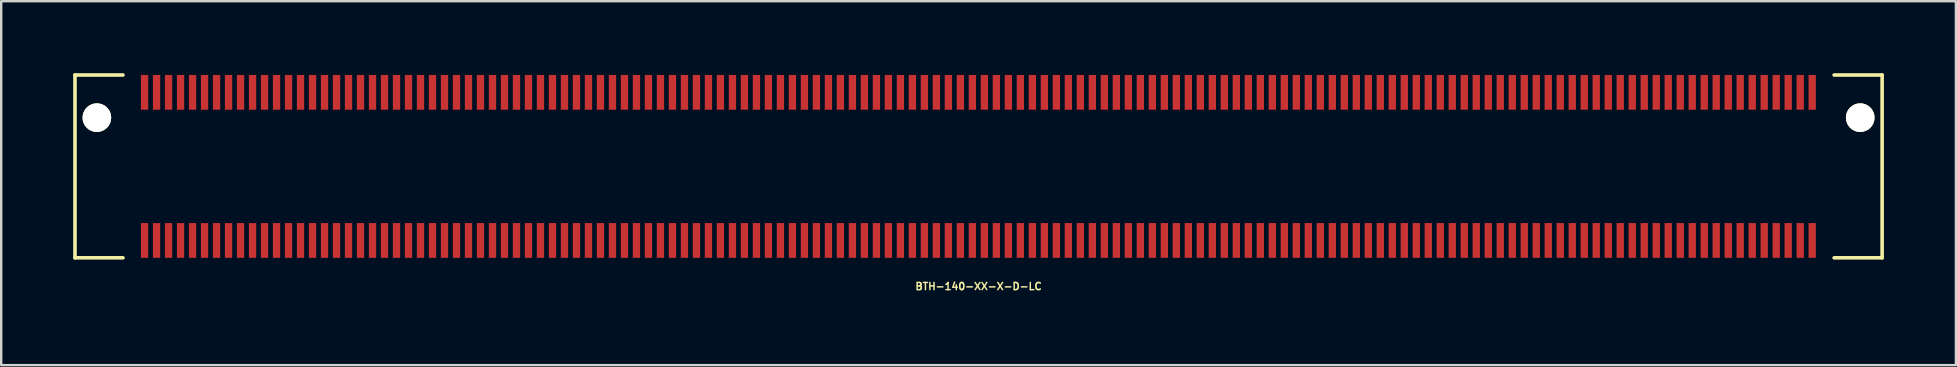
<source format=kicad_pcb>
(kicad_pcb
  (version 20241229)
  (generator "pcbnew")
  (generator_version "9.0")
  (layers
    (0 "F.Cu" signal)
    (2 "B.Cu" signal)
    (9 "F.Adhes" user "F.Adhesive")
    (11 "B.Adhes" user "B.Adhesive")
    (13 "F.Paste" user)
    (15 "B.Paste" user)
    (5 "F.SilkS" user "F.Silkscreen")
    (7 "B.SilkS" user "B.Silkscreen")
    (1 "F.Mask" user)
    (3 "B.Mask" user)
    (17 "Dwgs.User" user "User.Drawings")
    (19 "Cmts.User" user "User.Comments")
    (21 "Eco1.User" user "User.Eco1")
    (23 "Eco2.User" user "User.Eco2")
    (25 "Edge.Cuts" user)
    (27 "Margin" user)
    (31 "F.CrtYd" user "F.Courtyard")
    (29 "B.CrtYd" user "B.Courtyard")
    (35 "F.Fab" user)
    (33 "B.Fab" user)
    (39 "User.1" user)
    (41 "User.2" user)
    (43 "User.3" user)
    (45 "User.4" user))
  (footprint "BTH-140-XX-X-D-LC"
    (layer "F.Cu")
    (at 37.732 3.885)
    (property "Reference" "BTH-140-XX-X-D-LC" (at 0 5 0) (layer "F.SilkS") (effects (font (size 0.3 0.3) (thickness 0.061))))
    (attr smd)
    (fp_line (start -37.657 -3.81) (end -37.657 3.81) (stroke (width 0.15) (type solid)) (layer "F.SilkS"))
    (fp_line (start -37.657 3.81) (end -35.657 3.81) (stroke (width 0.15) (type solid)) (layer "F.SilkS"))
    (fp_line (start -35.657 -3.81) (end -37.657 -3.81) (stroke (width 0.15) (type solid)) (layer "F.SilkS"))
    (fp_line (start 35.657 -3.81) (end 37.657 -3.81) (stroke (width 0.15) (type solid)) (layer "F.SilkS"))
    (fp_line (start 37.657 -3.81) (end 37.657 3.81) (stroke (width 0.15) (type solid)) (layer "F.SilkS"))
    (fp_line (start 37.657 3.81) (end 35.657 3.81) (stroke (width 0.15) (type solid)) (layer "F.SilkS"))
    (pad "" np_thru_hole circle (at -36.745 -2.032) (size 1.194 1.194) (drill 1.194) (layers "*.Cu" "*.Mask" "F.SilkS"))
    (pad "" np_thru_hole circle (at 36.744 -2.032) (size 1.194 1.194) (drill 1.194) (layers "*.Cu" "*.Mask" "F.SilkS"))
    (pad "1" smd rect (at -34.757 -3.086) (size 0.305 1.448) (layers "F.Cu" "F.Mask" "F.Paste"))
    (pad "2" smd rect (at -34.757 3.086) (size 0.305 1.448) (layers "F.Cu" "F.Mask" "F.Paste"))
    (pad "3" smd rect (at -34.257 -3.086) (size 0.305 1.448) (layers "F.Cu" "F.Mask" "F.Paste"))
    (pad "4" smd rect (at -34.257 3.086) (size 0.305 1.448) (layers "F.Cu" "F.Mask" "F.Paste"))
    (pad "5" smd rect (at -33.757 -3.086) (size 0.305 1.448) (layers "F.Cu" "F.Mask" "F.Paste"))
    (pad "6" smd rect (at -33.757 3.086) (size 0.305 1.448) (layers "F.Cu" "F.Mask" "F.Paste"))
    (pad "7" smd rect (at -33.257 -3.086) (size 0.305 1.448) (layers "F.Cu" "F.Mask" "F.Paste"))
    (pad "8" smd rect (at -33.257 3.086) (size 0.305 1.448) (layers "F.Cu" "F.Mask" "F.Paste"))
    (pad "9" smd rect (at -32.757 -3.086) (size 0.305 1.448) (layers "F.Cu" "F.Mask" "F.Paste"))
    (pad "10" smd rect (at -32.757 3.086) (size 0.305 1.448) (layers "F.Cu" "F.Mask" "F.Paste"))
    (pad "11" smd rect (at -32.257 -3.086) (size 0.305 1.448) (layers "F.Cu" "F.Mask" "F.Paste"))
    (pad "12" smd rect (at -32.257 3.086) (size 0.305 1.448) (layers "F.Cu" "F.Mask" "F.Paste"))
    (pad "13" smd rect (at -31.757 -3.086) (size 0.305 1.448) (layers "F.Cu" "F.Mask" "F.Paste"))
    (pad "14" smd rect (at -31.757 3.086) (size 0.305 1.448) (layers "F.Cu" "F.Mask" "F.Paste"))
    (pad "15" smd rect (at -31.257 -3.086) (size 0.305 1.448) (layers "F.Cu" "F.Mask" "F.Paste"))
    (pad "16" smd rect (at -31.257 3.086) (size 0.305 1.448) (layers "F.Cu" "F.Mask" "F.Paste"))
    (pad "17" smd rect (at -30.757 -3.086) (size 0.305 1.448) (layers "F.Cu" "F.Mask" "F.Paste"))
    (pad "18" smd rect (at -30.757 3.086) (size 0.305 1.448) (layers "F.Cu" "F.Mask" "F.Paste"))
    (pad "19" smd rect (at -30.257 -3.086) (size 0.305 1.448) (layers "F.Cu" "F.Mask" "F.Paste"))
    (pad "20" smd rect (at -30.257 3.086) (size 0.305 1.448) (layers "F.Cu" "F.Mask" "F.Paste"))
    (pad "21" smd rect (at -29.757 -3.086) (size 0.305 1.448) (layers "F.Cu" "F.Mask" "F.Paste"))
    (pad "22" smd rect (at -29.757 3.086) (size 0.305 1.448) (layers "F.Cu" "F.Mask" "F.Paste"))
    (pad "23" smd rect (at -29.257 -3.086) (size 0.305 1.448) (layers "F.Cu" "F.Mask" "F.Paste"))
    (pad "24" smd rect (at -29.257 3.086) (size 0.305 1.448) (layers "F.Cu" "F.Mask" "F.Paste"))
    (pad "25" smd rect (at -28.757 -3.086) (size 0.305 1.448) (layers "F.Cu" "F.Mask" "F.Paste"))
    (pad "26" smd rect (at -28.757 3.086) (size 0.305 1.448) (layers "F.Cu" "F.Mask" "F.Paste"))
    (pad "27" smd rect (at -28.257 -3.086) (size 0.305 1.448) (layers "F.Cu" "F.Mask" "F.Paste"))
    (pad "28" smd rect (at -28.257 3.086) (size 0.305 1.448) (layers "F.Cu" "F.Mask" "F.Paste"))
    (pad "29" smd rect (at -27.757 -3.086) (size 0.305 1.448) (layers "F.Cu" "F.Mask" "F.Paste"))
    (pad "30" smd rect (at -27.757 3.086) (size 0.305 1.448) (layers "F.Cu" "F.Mask" "F.Paste"))
    (pad "31" smd rect (at -27.257 -3.086) (size 0.305 1.448) (layers "F.Cu" "F.Mask" "F.Paste"))
    (pad "32" smd rect (at -27.257 3.086) (size 0.305 1.448) (layers "F.Cu" "F.Mask" "F.Paste"))
    (pad "33" smd rect (at -26.757 -3.086) (size 0.305 1.448) (layers "F.Cu" "F.Mask" "F.Paste"))
    (pad "34" smd rect (at -26.757 3.086) (size 0.305 1.448) (layers "F.Cu" "F.Mask" "F.Paste"))
    (pad "35" smd rect (at -26.257 -3.086) (size 0.305 1.448) (layers "F.Cu" "F.Mask" "F.Paste"))
    (pad "36" smd rect (at -26.257 3.086) (size 0.305 1.448) (layers "F.Cu" "F.Mask" "F.Paste"))
    (pad "37" smd rect (at -25.757 -3.086) (size 0.305 1.448) (layers "F.Cu" "F.Mask" "F.Paste"))
    (pad "38" smd rect (at -25.757 3.086) (size 0.305 1.448) (layers "F.Cu" "F.Mask" "F.Paste"))
    (pad "39" smd rect (at -25.257 -3.086) (size 0.305 1.448) (layers "F.Cu" "F.Mask" "F.Paste"))
    (pad "40" smd rect (at -25.257 3.086) (size 0.305 1.448) (layers "F.Cu" "F.Mask" "F.Paste"))
    (pad "41" smd rect (at -24.757 -3.086) (size 0.305 1.448) (layers "F.Cu" "F.Mask" "F.Paste"))
    (pad "42" smd rect (at -24.757 3.086) (size 0.305 1.448) (layers "F.Cu" "F.Mask" "F.Paste"))
    (pad "43" smd rect (at -24.257 -3.086) (size 0.305 1.448) (layers "F.Cu" "F.Mask" "F.Paste"))
    (pad "44" smd rect (at -24.257 3.086) (size 0.305 1.448) (layers "F.Cu" "F.Mask" "F.Paste"))
    (pad "45" smd rect (at -23.757 -3.086) (size 0.305 1.448) (layers "F.Cu" "F.Mask" "F.Paste"))
    (pad "46" smd rect (at -23.757 3.086) (size 0.305 1.448) (layers "F.Cu" "F.Mask" "F.Paste"))
    (pad "47" smd rect (at -23.257 -3.086) (size 0.305 1.448) (layers "F.Cu" "F.Mask" "F.Paste"))
    (pad "48" smd rect (at -23.257 3.086) (size 0.305 1.448) (layers "F.Cu" "F.Mask" "F.Paste"))
    (pad "49" smd rect (at -22.757 -3.086) (size 0.305 1.448) (layers "F.Cu" "F.Mask" "F.Paste"))
    (pad "50" smd rect (at -22.757 3.086) (size 0.305 1.448) (layers "F.Cu" "F.Mask" "F.Paste"))
    (pad "51" smd rect (at -22.257 -3.086) (size 0.305 1.448) (layers "F.Cu" "F.Mask" "F.Paste"))
    (pad "52" smd rect (at -22.257 3.086) (size 0.305 1.448) (layers "F.Cu" "F.Mask" "F.Paste"))
    (pad "53" smd rect (at -21.757 -3.086) (size 0.305 1.448) (layers "F.Cu" "F.Mask" "F.Paste"))
    (pad "54" smd rect (at -21.757 3.086) (size 0.305 1.448) (layers "F.Cu" "F.Mask" "F.Paste"))
    (pad "55" smd rect (at -21.257 -3.086) (size 0.305 1.448) (layers "F.Cu" "F.Mask" "F.Paste"))
    (pad "56" smd rect (at -21.257 3.086) (size 0.305 1.448) (layers "F.Cu" "F.Mask" "F.Paste"))
    (pad "57" smd rect (at -20.757 -3.086) (size 0.305 1.448) (layers "F.Cu" "F.Mask" "F.Paste"))
    (pad "58" smd rect (at -20.757 3.086) (size 0.305 1.448) (layers "F.Cu" "F.Mask" "F.Paste"))
    (pad "59" smd rect (at -20.257 -3.086) (size 0.305 1.448) (layers "F.Cu" "F.Mask" "F.Paste"))
    (pad "60" smd rect (at -20.257 3.086) (size 0.305 1.448) (layers "F.Cu" "F.Mask" "F.Paste"))
    (pad "61" smd rect (at -19.757 -3.086) (size 0.305 1.448) (layers "F.Cu" "F.Mask" "F.Paste"))
    (pad "62" smd rect (at -19.757 3.086) (size 0.305 1.448) (layers "F.Cu" "F.Mask" "F.Paste"))
    (pad "63" smd rect (at -19.257 -3.086) (size 0.305 1.448) (layers "F.Cu" "F.Mask" "F.Paste"))
    (pad "64" smd rect (at -19.257 3.086) (size 0.305 1.448) (layers "F.Cu" "F.Mask" "F.Paste"))
    (pad "65" smd rect (at -18.757 -3.086) (size 0.305 1.448) (layers "F.Cu" "F.Mask" "F.Paste"))
    (pad "66" smd rect (at -18.757 3.086) (size 0.305 1.448) (layers "F.Cu" "F.Mask" "F.Paste"))
    (pad "67" smd rect (at -18.257 -3.086) (size 0.305 1.448) (layers "F.Cu" "F.Mask" "F.Paste"))
    (pad "68" smd rect (at -18.257 3.086) (size 0.305 1.448) (layers "F.Cu" "F.Mask" "F.Paste"))
    (pad "69" smd rect (at -17.757 -3.086) (size 0.305 1.448) (layers "F.Cu" "F.Mask" "F.Paste"))
    (pad "70" smd rect (at -17.757 3.086) (size 0.305 1.448) (layers "F.Cu" "F.Mask" "F.Paste"))
    (pad "71" smd rect (at -17.257 -3.086) (size 0.305 1.448) (layers "F.Cu" "F.Mask" "F.Paste"))
    (pad "72" smd rect (at -17.257 3.086) (size 0.305 1.448) (layers "F.Cu" "F.Mask" "F.Paste"))
    (pad "73" smd rect (at -16.757 -3.086) (size 0.305 1.448) (layers "F.Cu" "F.Mask" "F.Paste"))
    (pad "74" smd rect (at -16.757 3.086) (size 0.305 1.448) (layers "F.Cu" "F.Mask" "F.Paste"))
    (pad "75" smd rect (at -16.257 -3.086) (size 0.305 1.448) (layers "F.Cu" "F.Mask" "F.Paste"))
    (pad "76" smd rect (at -16.257 3.086) (size 0.305 1.448) (layers "F.Cu" "F.Mask" "F.Paste"))
    (pad "77" smd rect (at -15.757 -3.086) (size 0.305 1.448) (layers "F.Cu" "F.Mask" "F.Paste"))
    (pad "78" smd rect (at -15.757 3.086) (size 0.305 1.448) (layers "F.Cu" "F.Mask" "F.Paste"))
    (pad "79" smd rect (at -15.257 -3.086) (size 0.305 1.448) (layers "F.Cu" "F.Mask" "F.Paste"))
    (pad "80" smd rect (at -15.257 3.086) (size 0.305 1.448) (layers "F.Cu" "F.Mask" "F.Paste"))
    (pad "81" smd rect (at -14.757 -3.086) (size 0.305 1.448) (layers "F.Cu" "F.Mask" "F.Paste"))
    (pad "82" smd rect (at -14.757 3.086) (size 0.305 1.448) (layers "F.Cu" "F.Mask" "F.Paste"))
    (pad "83" smd rect (at -14.257 -3.086) (size 0.305 1.448) (layers "F.Cu" "F.Mask" "F.Paste"))
    (pad "84" smd rect (at -14.257 3.086) (size 0.305 1.448) (layers "F.Cu" "F.Mask" "F.Paste"))
    (pad "85" smd rect (at -13.757 -3.086) (size 0.305 1.448) (layers "F.Cu" "F.Mask" "F.Paste"))
    (pad "86" smd rect (at -13.757 3.086) (size 0.305 1.448) (layers "F.Cu" "F.Mask" "F.Paste"))
    (pad "87" smd rect (at -13.257 -3.086) (size 0.305 1.448) (layers "F.Cu" "F.Mask" "F.Paste"))
    (pad "88" smd rect (at -13.257 3.086) (size 0.305 1.448) (layers "F.Cu" "F.Mask" "F.Paste"))
    (pad "89" smd rect (at -12.757 -3.086) (size 0.305 1.448) (layers "F.Cu" "F.Mask" "F.Paste"))
    (pad "90" smd rect (at -12.757 3.086) (size 0.305 1.448) (layers "F.Cu" "F.Mask" "F.Paste"))
    (pad "91" smd rect (at -12.257 -3.086) (size 0.305 1.448) (layers "F.Cu" "F.Mask" "F.Paste"))
    (pad "92" smd rect (at -12.257 3.086) (size 0.305 1.448) (layers "F.Cu" "F.Mask" "F.Paste"))
    (pad "93" smd rect (at -11.757 -3.086) (size 0.305 1.448) (layers "F.Cu" "F.Mask" "F.Paste"))
    (pad "94" smd rect (at -11.757 3.086) (size 0.305 1.448) (layers "F.Cu" "F.Mask" "F.Paste"))
    (pad "95" smd rect (at -11.257 -3.086) (size 0.305 1.448) (layers "F.Cu" "F.Mask" "F.Paste"))
    (pad "96" smd rect (at -11.257 3.086) (size 0.305 1.448) (layers "F.Cu" "F.Mask" "F.Paste"))
    (pad "97" smd rect (at -10.757 -3.086) (size 0.305 1.448) (layers "F.Cu" "F.Mask" "F.Paste"))
    (pad "98" smd rect (at -10.757 3.086) (size 0.305 1.448) (layers "F.Cu" "F.Mask" "F.Paste"))
    (pad "99" smd rect (at -10.257 -3.086) (size 0.305 1.448) (layers "F.Cu" "F.Mask" "F.Paste"))
    (pad "100" smd rect (at -10.257 3.086) (size 0.305 1.448) (layers "F.Cu" "F.Mask" "F.Paste"))
    (pad "101" smd rect (at -9.757 -3.086) (size 0.305 1.448) (layers "F.Cu" "F.Mask" "F.Paste"))
    (pad "102" smd rect (at -9.757 3.086) (size 0.305 1.448) (layers "F.Cu" "F.Mask" "F.Paste"))
    (pad "103" smd rect (at -9.257 -3.086) (size 0.305 1.448) (layers "F.Cu" "F.Mask" "F.Paste"))
    (pad "104" smd rect (at -9.257 3.086) (size 0.305 1.448) (layers "F.Cu" "F.Mask" "F.Paste"))
    (pad "105" smd rect (at -8.757 -3.086) (size 0.305 1.448) (layers "F.Cu" "F.Mask" "F.Paste"))
    (pad "106" smd rect (at -8.757 3.086) (size 0.305 1.448) (layers "F.Cu" "F.Mask" "F.Paste"))
    (pad "107" smd rect (at -8.257 -3.086) (size 0.305 1.448) (layers "F.Cu" "F.Mask" "F.Paste"))
    (pad "108" smd rect (at -8.257 3.086) (size 0.305 1.448) (layers "F.Cu" "F.Mask" "F.Paste"))
    (pad "109" smd rect (at -7.757 -3.086) (size 0.305 1.448) (layers "F.Cu" "F.Mask" "F.Paste"))
    (pad "110" smd rect (at -7.757 3.086) (size 0.305 1.448) (layers "F.Cu" "F.Mask" "F.Paste"))
    (pad "111" smd rect (at -7.257 -3.086) (size 0.305 1.448) (layers "F.Cu" "F.Mask" "F.Paste"))
    (pad "112" smd rect (at -7.257 3.086) (size 0.305 1.448) (layers "F.Cu" "F.Mask" "F.Paste"))
    (pad "113" smd rect (at -6.757 -3.086) (size 0.305 1.448) (layers "F.Cu" "F.Mask" "F.Paste"))
    (pad "114" smd rect (at -6.757 3.086) (size 0.305 1.448) (layers "F.Cu" "F.Mask" "F.Paste"))
    (pad "115" smd rect (at -6.257 -3.086) (size 0.305 1.448) (layers "F.Cu" "F.Mask" "F.Paste"))
    (pad "116" smd rect (at -6.257 3.086) (size 0.305 1.448) (layers "F.Cu" "F.Mask" "F.Paste"))
    (pad "117" smd rect (at -5.757 -3.086) (size 0.305 1.448) (layers "F.Cu" "F.Mask" "F.Paste"))
    (pad "118" smd rect (at -5.757 3.086) (size 0.305 1.448) (layers "F.Cu" "F.Mask" "F.Paste"))
    (pad "119" smd rect (at -5.257 -3.086) (size 0.305 1.448) (layers "F.Cu" "F.Mask" "F.Paste"))
    (pad "120" smd rect (at -5.257 3.086) (size 0.305 1.448) (layers "F.Cu" "F.Mask" "F.Paste"))
    (pad "121" smd rect (at -4.757 -3.086) (size 0.305 1.448) (layers "F.Cu" "F.Mask" "F.Paste"))
    (pad "122" smd rect (at -4.757 3.086) (size 0.305 1.448) (layers "F.Cu" "F.Mask" "F.Paste"))
    (pad "123" smd rect (at -4.257 -3.086) (size 0.305 1.448) (layers "F.Cu" "F.Mask" "F.Paste"))
    (pad "124" smd rect (at -4.257 3.086) (size 0.305 1.448) (layers "F.Cu" "F.Mask" "F.Paste"))
    (pad "125" smd rect (at -3.757 -3.086) (size 0.305 1.448) (layers "F.Cu" "F.Mask" "F.Paste"))
    (pad "126" smd rect (at -3.757 3.086) (size 0.305 1.448) (layers "F.Cu" "F.Mask" "F.Paste"))
    (pad "127" smd rect (at -3.257 -3.086) (size 0.305 1.448) (layers "F.Cu" "F.Mask" "F.Paste"))
    (pad "128" smd rect (at -3.257 3.086) (size 0.305 1.448) (layers "F.Cu" "F.Mask" "F.Paste"))
    (pad "129" smd rect (at -2.757 -3.086) (size 0.305 1.448) (layers "F.Cu" "F.Mask" "F.Paste"))
    (pad "130" smd rect (at -2.757 3.086) (size 0.305 1.448) (layers "F.Cu" "F.Mask" "F.Paste"))
    (pad "131" smd rect (at -2.257 -3.086) (size 0.305 1.448) (layers "F.Cu" "F.Mask" "F.Paste"))
    (pad "132" smd rect (at -2.257 3.086) (size 0.305 1.448) (layers "F.Cu" "F.Mask" "F.Paste"))
    (pad "133" smd rect (at -1.757 -3.086) (size 0.305 1.448) (layers "F.Cu" "F.Mask" "F.Paste"))
    (pad "134" smd rect (at -1.757 3.086) (size 0.305 1.448) (layers "F.Cu" "F.Mask" "F.Paste"))
    (pad "135" smd rect (at -1.257 -3.086) (size 0.305 1.448) (layers "F.Cu" "F.Mask" "F.Paste"))
    (pad "136" smd rect (at -1.257 3.086) (size 0.305 1.448) (layers "F.Cu" "F.Mask" "F.Paste"))
    (pad "137" smd rect (at -0.757 -3.086) (size 0.305 1.448) (layers "F.Cu" "F.Mask" "F.Paste"))
    (pad "138" smd rect (at -0.757 3.086) (size 0.305 1.448) (layers "F.Cu" "F.Mask" "F.Paste"))
    (pad "139" smd rect (at -0.257 -3.086) (size 0.305 1.448) (layers "F.Cu" "F.Mask" "F.Paste"))
    (pad "140" smd rect (at -0.257 3.086) (size 0.305 1.448) (layers "F.Cu" "F.Mask" "F.Paste"))
    (pad "141" smd rect (at 0.243 -3.086) (size 0.305 1.448) (layers "F.Cu" "F.Mask" "F.Paste"))
    (pad "142" smd rect (at 0.243 3.086) (size 0.305 1.448) (layers "F.Cu" "F.Mask" "F.Paste"))
    (pad "143" smd rect (at 0.743 -3.086) (size 0.305 1.448) (layers "F.Cu" "F.Mask" "F.Paste"))
    (pad "144" smd rect (at 0.743 3.086) (size 0.305 1.448) (layers "F.Cu" "F.Mask" "F.Paste"))
    (pad "145" smd rect (at 1.243 -3.086) (size 0.305 1.448) (layers "F.Cu" "F.Mask" "F.Paste"))
    (pad "146" smd rect (at 1.243 3.086) (size 0.305 1.448) (layers "F.Cu" "F.Mask" "F.Paste"))
    (pad "147" smd rect (at 1.743 -3.086) (size 0.305 1.448) (layers "F.Cu" "F.Mask" "F.Paste"))
    (pad "148" smd rect (at 1.743 3.086) (size 0.305 1.448) (layers "F.Cu" "F.Mask" "F.Paste"))
    (pad "149" smd rect (at 2.243 -3.086) (size 0.305 1.448) (layers "F.Cu" "F.Mask" "F.Paste"))
    (pad "150" smd rect (at 2.243 3.086) (size 0.305 1.448) (layers "F.Cu" "F.Mask" "F.Paste"))
    (pad "151" smd rect (at 2.743 -3.086) (size 0.305 1.448) (layers "F.Cu" "F.Mask" "F.Paste"))
    (pad "152" smd rect (at 2.743 3.086) (size 0.305 1.448) (layers "F.Cu" "F.Mask" "F.Paste"))
    (pad "153" smd rect (at 3.243 -3.086) (size 0.305 1.448) (layers "F.Cu" "F.Mask" "F.Paste"))
    (pad "154" smd rect (at 3.243 3.086) (size 0.305 1.448) (layers "F.Cu" "F.Mask" "F.Paste"))
    (pad "155" smd rect (at 3.743 -3.086) (size 0.305 1.448) (layers "F.Cu" "F.Mask" "F.Paste"))
    (pad "156" smd rect (at 3.743 3.086) (size 0.305 1.448) (layers "F.Cu" "F.Mask" "F.Paste"))
    (pad "157" smd rect (at 4.243 -3.086) (size 0.305 1.448) (layers "F.Cu" "F.Mask" "F.Paste"))
    (pad "158" smd rect (at 4.243 3.086) (size 0.305 1.448) (layers "F.Cu" "F.Mask" "F.Paste"))
    (pad "159" smd rect (at 4.743 -3.086) (size 0.305 1.448) (layers "F.Cu" "F.Mask" "F.Paste"))
    (pad "160" smd rect (at 4.743 3.086) (size 0.305 1.448) (layers "F.Cu" "F.Mask" "F.Paste"))
    (pad "161" smd rect (at 5.243 -3.086) (size 0.305 1.448) (layers "F.Cu" "F.Mask" "F.Paste"))
    (pad "162" smd rect (at 5.243 3.086) (size 0.305 1.448) (layers "F.Cu" "F.Mask" "F.Paste"))
    (pad "163" smd rect (at 5.743 -3.086) (size 0.305 1.448) (layers "F.Cu" "F.Mask" "F.Paste"))
    (pad "164" smd rect (at 5.743 3.086) (size 0.305 1.448) (layers "F.Cu" "F.Mask" "F.Paste"))
    (pad "165" smd rect (at 6.243 -3.086) (size 0.305 1.448) (layers "F.Cu" "F.Mask" "F.Paste"))
    (pad "166" smd rect (at 6.243 3.086) (size 0.305 1.448) (layers "F.Cu" "F.Mask" "F.Paste"))
    (pad "167" smd rect (at 6.743 -3.086) (size 0.305 1.448) (layers "F.Cu" "F.Mask" "F.Paste"))
    (pad "168" smd rect (at 6.743 3.086) (size 0.305 1.448) (layers "F.Cu" "F.Mask" "F.Paste"))
    (pad "169" smd rect (at 7.243 -3.086) (size 0.305 1.448) (layers "F.Cu" "F.Mask" "F.Paste"))
    (pad "170" smd rect (at 7.243 3.086) (size 0.305 1.448) (layers "F.Cu" "F.Mask" "F.Paste"))
    (pad "171" smd rect (at 7.743 -3.086) (size 0.305 1.448) (layers "F.Cu" "F.Mask" "F.Paste"))
    (pad "172" smd rect (at 7.743 3.086) (size 0.305 1.448) (layers "F.Cu" "F.Mask" "F.Paste"))
    (pad "173" smd rect (at 8.243 -3.086) (size 0.305 1.448) (layers "F.Cu" "F.Mask" "F.Paste"))
    (pad "174" smd rect (at 8.243 3.086) (size 0.305 1.448) (layers "F.Cu" "F.Mask" "F.Paste"))
    (pad "175" smd rect (at 8.743 -3.086) (size 0.305 1.448) (layers "F.Cu" "F.Mask" "F.Paste"))
    (pad "176" smd rect (at 8.743 3.086) (size 0.305 1.448) (layers "F.Cu" "F.Mask" "F.Paste"))
    (pad "177" smd rect (at 9.243 -3.086) (size 0.305 1.448) (layers "F.Cu" "F.Mask" "F.Paste"))
    (pad "178" smd rect (at 9.243 3.086) (size 0.305 1.448) (layers "F.Cu" "F.Mask" "F.Paste"))
    (pad "179" smd rect (at 9.743 -3.086) (size 0.305 1.448) (layers "F.Cu" "F.Mask" "F.Paste"))
    (pad "180" smd rect (at 9.743 3.086) (size 0.305 1.448) (layers "F.Cu" "F.Mask" "F.Paste"))
    (pad "181" smd rect (at 10.243 -3.086) (size 0.305 1.448) (layers "F.Cu" "F.Mask" "F.Paste"))
    (pad "182" smd rect (at 10.243 3.086) (size 0.305 1.448) (layers "F.Cu" "F.Mask" "F.Paste"))
    (pad "183" smd rect (at 10.743 -3.086) (size 0.305 1.448) (layers "F.Cu" "F.Mask" "F.Paste"))
    (pad "184" smd rect (at 10.743 3.086) (size 0.305 1.448) (layers "F.Cu" "F.Mask" "F.Paste"))
    (pad "185" smd rect (at 11.243 -3.086) (size 0.305 1.448) (layers "F.Cu" "F.Mask" "F.Paste"))
    (pad "186" smd rect (at 11.243 3.086) (size 0.305 1.448) (layers "F.Cu" "F.Mask" "F.Paste"))
    (pad "187" smd rect (at 11.743 -3.086) (size 0.305 1.448) (layers "F.Cu" "F.Mask" "F.Paste"))
    (pad "188" smd rect (at 11.743 3.086) (size 0.305 1.448) (layers "F.Cu" "F.Mask" "F.Paste"))
    (pad "189" smd rect (at 12.243 -3.086) (size 0.305 1.448) (layers "F.Cu" "F.Mask" "F.Paste"))
    (pad "190" smd rect (at 12.243 3.086) (size 0.305 1.448) (layers "F.Cu" "F.Mask" "F.Paste"))
    (pad "191" smd rect (at 12.743 -3.086) (size 0.305 1.448) (layers "F.Cu" "F.Mask" "F.Paste"))
    (pad "192" smd rect (at 12.743 3.086) (size 0.305 1.448) (layers "F.Cu" "F.Mask" "F.Paste"))
    (pad "193" smd rect (at 13.243 -3.086) (size 0.305 1.448) (layers "F.Cu" "F.Mask" "F.Paste"))
    (pad "194" smd rect (at 13.243 3.086) (size 0.305 1.448) (layers "F.Cu" "F.Mask" "F.Paste"))
    (pad "195" smd rect (at 13.743 -3.086) (size 0.305 1.448) (layers "F.Cu" "F.Mask" "F.Paste"))
    (pad "196" smd rect (at 13.743 3.086) (size 0.305 1.448) (layers "F.Cu" "F.Mask" "F.Paste"))
    (pad "197" smd rect (at 14.243 -3.086) (size 0.305 1.448) (layers "F.Cu" "F.Mask" "F.Paste"))
    (pad "198" smd rect (at 14.243 3.086) (size 0.305 1.448) (layers "F.Cu" "F.Mask" "F.Paste"))
    (pad "199" smd rect (at 14.743 -3.086) (size 0.305 1.448) (layers "F.Cu" "F.Mask" "F.Paste"))
    (pad "200" smd rect (at 14.743 3.086) (size 0.305 1.448) (layers "F.Cu" "F.Mask" "F.Paste"))
    (pad "201" smd rect (at 15.243 -3.086) (size 0.305 1.448) (layers "F.Cu" "F.Mask" "F.Paste"))
    (pad "202" smd rect (at 15.243 3.086) (size 0.305 1.448) (layers "F.Cu" "F.Mask" "F.Paste"))
    (pad "203" smd rect (at 15.743 -3.086) (size 0.305 1.448) (layers "F.Cu" "F.Mask" "F.Paste"))
    (pad "204" smd rect (at 15.743 3.086) (size 0.305 1.448) (layers "F.Cu" "F.Mask" "F.Paste"))
    (pad "205" smd rect (at 16.243 -3.086) (size 0.305 1.448) (layers "F.Cu" "F.Mask" "F.Paste"))
    (pad "206" smd rect (at 16.243 3.086) (size 0.305 1.448) (layers "F.Cu" "F.Mask" "F.Paste"))
    (pad "207" smd rect (at 16.743 -3.086) (size 0.305 1.448) (layers "F.Cu" "F.Mask" "F.Paste"))
    (pad "208" smd rect (at 16.743 3.086) (size 0.305 1.448) (layers "F.Cu" "F.Mask" "F.Paste"))
    (pad "209" smd rect (at 17.243 -3.086) (size 0.305 1.448) (layers "F.Cu" "F.Mask" "F.Paste"))
    (pad "210" smd rect (at 17.243 3.086) (size 0.305 1.448) (layers "F.Cu" "F.Mask" "F.Paste"))
    (pad "211" smd rect (at 17.743 -3.086) (size 0.305 1.448) (layers "F.Cu" "F.Mask" "F.Paste"))
    (pad "212" smd rect (at 17.743 3.086) (size 0.305 1.448) (layers "F.Cu" "F.Mask" "F.Paste"))
    (pad "213" smd rect (at 18.243 -3.086) (size 0.305 1.448) (layers "F.Cu" "F.Mask" "F.Paste"))
    (pad "214" smd rect (at 18.243 3.086) (size 0.305 1.448) (layers "F.Cu" "F.Mask" "F.Paste"))
    (pad "215" smd rect (at 18.743 -3.086) (size 0.305 1.448) (layers "F.Cu" "F.Mask" "F.Paste"))
    (pad "216" smd rect (at 18.743 3.086) (size 0.305 1.448) (layers "F.Cu" "F.Mask" "F.Paste"))
    (pad "217" smd rect (at 19.243 -3.086) (size 0.305 1.448) (layers "F.Cu" "F.Mask" "F.Paste"))
    (pad "218" smd rect (at 19.243 3.086) (size 0.305 1.448) (layers "F.Cu" "F.Mask" "F.Paste"))
    (pad "219" smd rect (at 19.743 -3.086) (size 0.305 1.448) (layers "F.Cu" "F.Mask" "F.Paste"))
    (pad "220" smd rect (at 19.743 3.086) (size 0.305 1.448) (layers "F.Cu" "F.Mask" "F.Paste"))
    (pad "221" smd rect (at 20.243 -3.086) (size 0.305 1.448) (layers "F.Cu" "F.Mask" "F.Paste"))
    (pad "222" smd rect (at 20.243 3.086) (size 0.305 1.448) (layers "F.Cu" "F.Mask" "F.Paste"))
    (pad "223" smd rect (at 20.743 -3.086) (size 0.305 1.448) (layers "F.Cu" "F.Mask" "F.Paste"))
    (pad "224" smd rect (at 20.743 3.086) (size 0.305 1.448) (layers "F.Cu" "F.Mask" "F.Paste"))
    (pad "225" smd rect (at 21.243 -3.086) (size 0.305 1.448) (layers "F.Cu" "F.Mask" "F.Paste"))
    (pad "226" smd rect (at 21.243 3.086) (size 0.305 1.448) (layers "F.Cu" "F.Mask" "F.Paste"))
    (pad "227" smd rect (at 21.743 -3.086) (size 0.305 1.448) (layers "F.Cu" "F.Mask" "F.Paste"))
    (pad "228" smd rect (at 21.743 3.086) (size 0.305 1.448) (layers "F.Cu" "F.Mask" "F.Paste"))
    (pad "229" smd rect (at 22.243 -3.086) (size 0.305 1.448) (layers "F.Cu" "F.Mask" "F.Paste"))
    (pad "230" smd rect (at 22.243 3.086) (size 0.305 1.448) (layers "F.Cu" "F.Mask" "F.Paste"))
    (pad "231" smd rect (at 22.743 -3.086) (size 0.305 1.448) (layers "F.Cu" "F.Mask" "F.Paste"))
    (pad "232" smd rect (at 22.743 3.086) (size 0.305 1.448) (layers "F.Cu" "F.Mask" "F.Paste"))
    (pad "233" smd rect (at 23.243 -3.086) (size 0.305 1.448) (layers "F.Cu" "F.Mask" "F.Paste"))
    (pad "234" smd rect (at 23.243 3.086) (size 0.305 1.448) (layers "F.Cu" "F.Mask" "F.Paste"))
    (pad "235" smd rect (at 23.743 -3.086) (size 0.305 1.448) (layers "F.Cu" "F.Mask" "F.Paste"))
    (pad "236" smd rect (at 23.743 3.086) (size 0.305 1.448) (layers "F.Cu" "F.Mask" "F.Paste"))
    (pad "237" smd rect (at 24.243 -3.086) (size 0.305 1.448) (layers "F.Cu" "F.Mask" "F.Paste"))
    (pad "238" smd rect (at 24.243 3.086) (size 0.305 1.448) (layers "F.Cu" "F.Mask" "F.Paste"))
    (pad "239" smd rect (at 24.743 -3.086) (size 0.305 1.448) (layers "F.Cu" "F.Mask" "F.Paste"))
    (pad "240" smd rect (at 24.743 3.086) (size 0.305 1.448) (layers "F.Cu" "F.Mask" "F.Paste"))
    (pad "241" smd rect (at 25.243 -3.086) (size 0.305 1.448) (layers "F.Cu" "F.Mask" "F.Paste"))
    (pad "242" smd rect (at 25.243 3.086) (size 0.305 1.448) (layers "F.Cu" "F.Mask" "F.Paste"))
    (pad "243" smd rect (at 25.743 -3.086) (size 0.305 1.448) (layers "F.Cu" "F.Mask" "F.Paste"))
    (pad "244" smd rect (at 25.743 3.086) (size 0.305 1.448) (layers "F.Cu" "F.Mask" "F.Paste"))
    (pad "245" smd rect (at 26.243 -3.086) (size 0.305 1.448) (layers "F.Cu" "F.Mask" "F.Paste"))
    (pad "246" smd rect (at 26.243 3.086) (size 0.305 1.448) (layers "F.Cu" "F.Mask" "F.Paste"))
    (pad "247" smd rect (at 26.743 -3.086) (size 0.305 1.448) (layers "F.Cu" "F.Mask" "F.Paste"))
    (pad "248" smd rect (at 26.743 3.086) (size 0.305 1.448) (layers "F.Cu" "F.Mask" "F.Paste"))
    (pad "249" smd rect (at 27.243 -3.086) (size 0.305 1.448) (layers "F.Cu" "F.Mask" "F.Paste"))
    (pad "250" smd rect (at 27.243 3.086) (size 0.305 1.448) (layers "F.Cu" "F.Mask" "F.Paste"))
    (pad "251" smd rect (at 27.743 -3.086) (size 0.305 1.448) (layers "F.Cu" "F.Mask" "F.Paste"))
    (pad "252" smd rect (at 27.743 3.086) (size 0.305 1.448) (layers "F.Cu" "F.Mask" "F.Paste"))
    (pad "253" smd rect (at 28.243 -3.086) (size 0.305 1.448) (layers "F.Cu" "F.Mask" "F.Paste"))
    (pad "254" smd rect (at 28.243 3.086) (size 0.305 1.448) (layers "F.Cu" "F.Mask" "F.Paste"))
    (pad "255" smd rect (at 28.743 -3.086) (size 0.305 1.448) (layers "F.Cu" "F.Mask" "F.Paste"))
    (pad "256" smd rect (at 28.743 3.086) (size 0.305 1.448) (layers "F.Cu" "F.Mask" "F.Paste"))
    (pad "257" smd rect (at 29.243 -3.086) (size 0.305 1.448) (layers "F.Cu" "F.Mask" "F.Paste"))
    (pad "258" smd rect (at 29.243 3.086) (size 0.305 1.448) (layers "F.Cu" "F.Mask" "F.Paste"))
    (pad "259" smd rect (at 29.743 -3.086) (size 0.305 1.448) (layers "F.Cu" "F.Mask" "F.Paste"))
    (pad "260" smd rect (at 29.743 3.086) (size 0.305 1.448) (layers "F.Cu" "F.Mask" "F.Paste"))
    (pad "261" smd rect (at 30.243 -3.086) (size 0.305 1.448) (layers "F.Cu" "F.Mask" "F.Paste"))
    (pad "262" smd rect (at 30.243 3.086) (size 0.305 1.448) (layers "F.Cu" "F.Mask" "F.Paste"))
    (pad "263" smd rect (at 30.743 -3.086) (size 0.305 1.448) (layers "F.Cu" "F.Mask" "F.Paste"))
    (pad "264" smd rect (at 30.743 3.086) (size 0.305 1.448) (layers "F.Cu" "F.Mask" "F.Paste"))
    (pad "265" smd rect (at 31.243 -3.086) (size 0.305 1.448) (layers "F.Cu" "F.Mask" "F.Paste"))
    (pad "266" smd rect (at 31.243 3.086) (size 0.305 1.448) (layers "F.Cu" "F.Mask" "F.Paste"))
    (pad "267" smd rect (at 31.743 -3.086) (size 0.305 1.448) (layers "F.Cu" "F.Mask" "F.Paste"))
    (pad "268" smd rect (at 31.743 3.086) (size 0.305 1.448) (layers "F.Cu" "F.Mask" "F.Paste"))
    (pad "269" smd rect (at 32.243 -3.086) (size 0.305 1.448) (layers "F.Cu" "F.Mask" "F.Paste"))
    (pad "270" smd rect (at 32.243 3.086) (size 0.305 1.448) (layers "F.Cu" "F.Mask" "F.Paste"))
    (pad "271" smd rect (at 32.743 -3.086) (size 0.305 1.448) (layers "F.Cu" "F.Mask" "F.Paste"))
    (pad "272" smd rect (at 32.743 3.086) (size 0.305 1.448) (layers "F.Cu" "F.Mask" "F.Paste"))
    (pad "273" smd rect (at 33.243 -3.086) (size 0.305 1.448) (layers "F.Cu" "F.Mask" "F.Paste"))
    (pad "274" smd rect (at 33.243 3.086) (size 0.305 1.448) (layers "F.Cu" "F.Mask" "F.Paste"))
    (pad "275" smd rect (at 33.743 -3.086) (size 0.305 1.448) (layers "F.Cu" "F.Mask" "F.Paste"))
    (pad "276" smd rect (at 33.743 3.086) (size 0.305 1.448) (layers "F.Cu" "F.Mask" "F.Paste"))
    (pad "277" smd rect (at 34.243 -3.086) (size 0.305 1.448) (layers "F.Cu" "F.Mask" "F.Paste"))
    (pad "278" smd rect (at 34.243 3.086) (size 0.305 1.448) (layers "F.Cu" "F.Mask" "F.Paste"))
    (pad "279" smd rect (at 34.743 -3.086) (size 0.305 1.448) (layers "F.Cu" "F.Mask" "F.Paste"))
    (pad "280" smd rect (at 34.743 3.086) (size 0.305 1.448) (layers "F.Cu" "F.Mask" "F.Paste")))
  (gr_rect
    (start -3 -3)
    (end 78.464 12.167)
    (stroke (width 0.1) (type default))
    (fill no)
    (layer "Edge.Cuts")))
</source>
